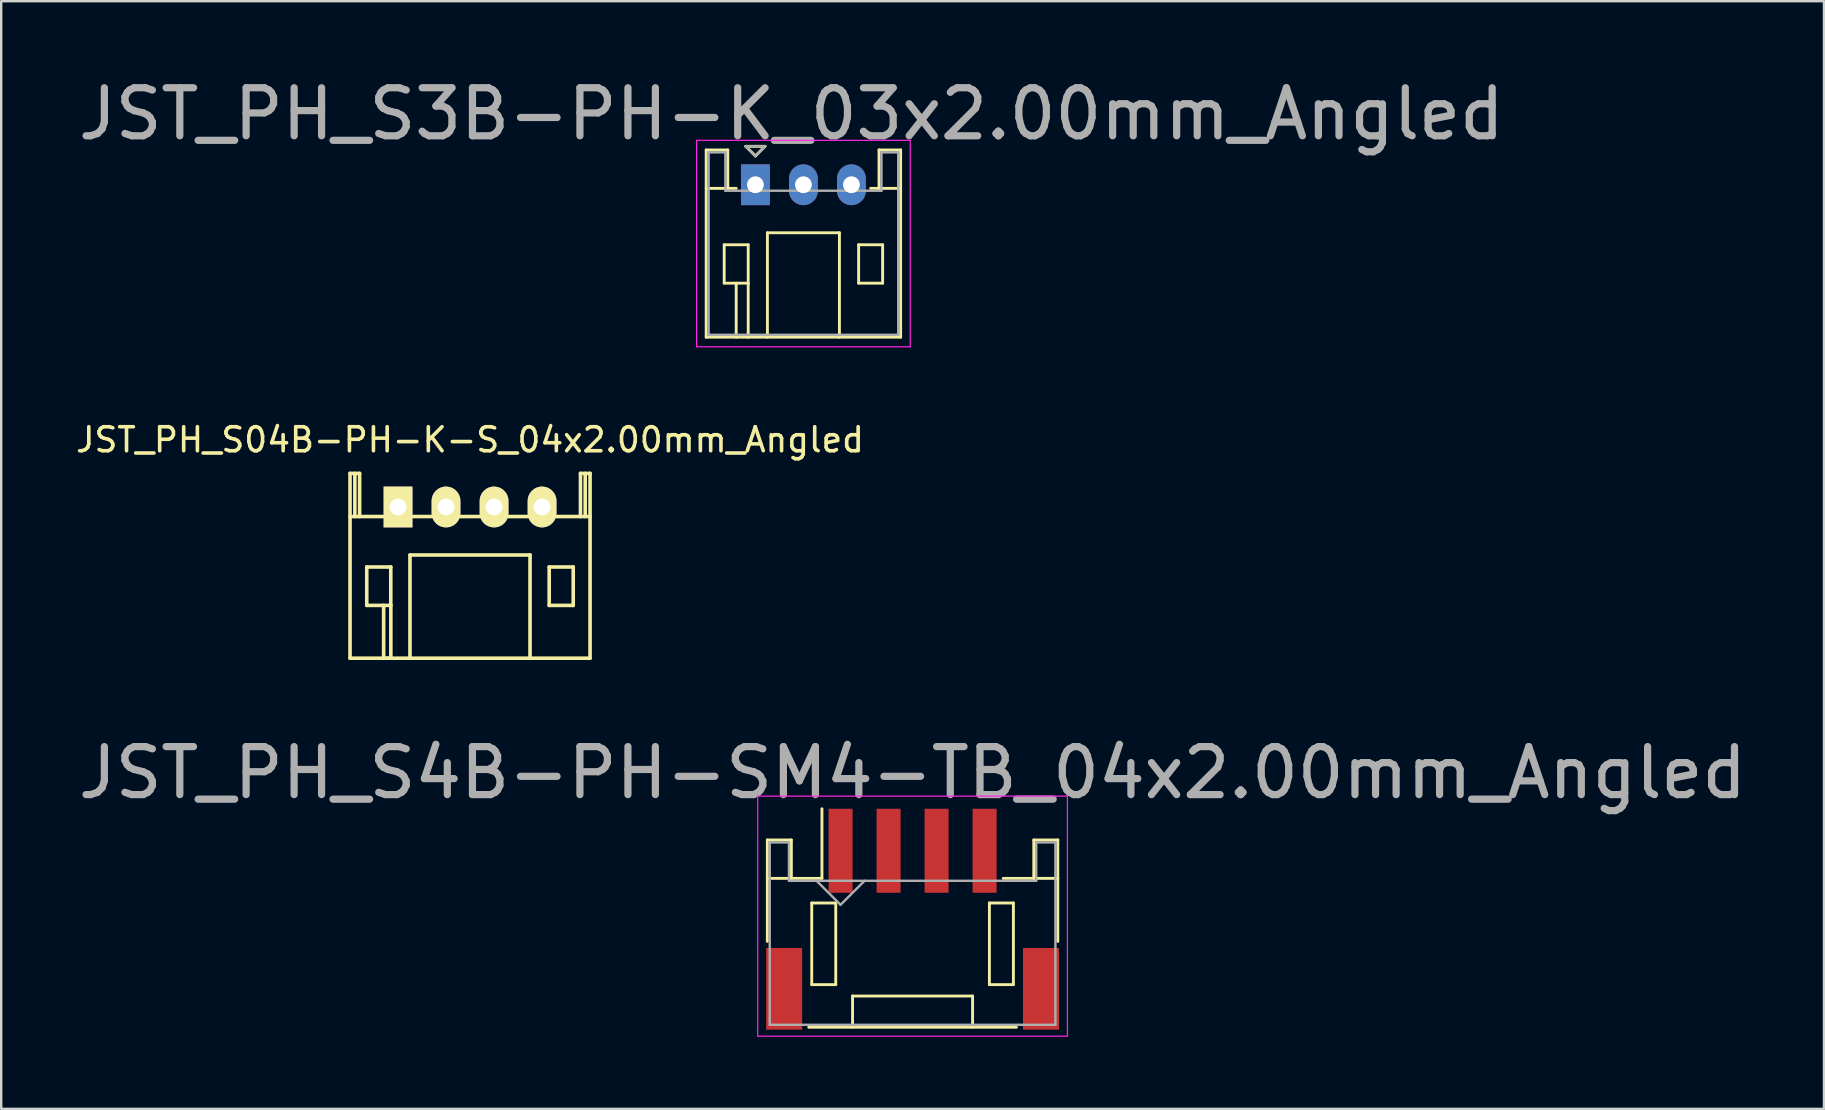
<source format=kicad_pcb>
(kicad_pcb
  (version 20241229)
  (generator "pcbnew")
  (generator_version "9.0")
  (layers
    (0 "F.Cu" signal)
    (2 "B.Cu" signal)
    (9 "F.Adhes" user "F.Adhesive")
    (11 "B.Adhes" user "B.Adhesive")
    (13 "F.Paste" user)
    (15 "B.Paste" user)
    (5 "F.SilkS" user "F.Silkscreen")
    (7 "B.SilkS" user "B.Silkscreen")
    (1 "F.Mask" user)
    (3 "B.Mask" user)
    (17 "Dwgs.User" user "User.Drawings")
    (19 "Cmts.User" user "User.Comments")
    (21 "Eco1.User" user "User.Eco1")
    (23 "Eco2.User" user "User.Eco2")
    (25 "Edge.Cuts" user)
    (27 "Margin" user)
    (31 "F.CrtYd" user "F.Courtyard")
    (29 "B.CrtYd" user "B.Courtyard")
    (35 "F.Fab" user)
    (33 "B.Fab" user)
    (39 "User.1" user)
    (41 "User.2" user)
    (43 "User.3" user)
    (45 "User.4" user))
  (footprint "JST_PH_S4B-PH-SM4-TB_04x2.00mm_Angled"
    (layer "F.Cu")
    (at 34.964 35.265)
    (property "Reference" "JST_PH_S4B-PH-SM4-TB_04x2.00mm_Angled" (at 0 -6.125 0) (layer "F.Fab") (effects (font (size 2 2) (thickness 0.3))))
    (attr smd)
    (fp_line (start -6.05 -3.325) (end -6.05 0.9) (stroke (width 0.12) (type solid)) (layer "F.SilkS"))
    (fp_line (start -6.05 -1.725) (end -5.05 -1.725) (stroke (width 0.12) (type solid)) (layer "F.SilkS"))
    (fp_line (start -5.05 -3.325) (end -6.05 -3.325) (stroke (width 0.12) (type solid)) (layer "F.SilkS"))
    (fp_line (start -5.05 -1.725) (end -5.05 -3.325) (stroke (width 0.12) (type solid)) (layer "F.SilkS"))
    (fp_line (start -4.325 4.475) (end 4.325 4.475) (stroke (width 0.12) (type solid)) (layer "F.SilkS"))
    (fp_line (start -4.2 -0.7) (end -4.2 2.7) (stroke (width 0.12) (type solid)) (layer "F.SilkS"))
    (fp_line (start -4.2 2.7) (end -3.2 2.7) (stroke (width 0.12) (type solid)) (layer "F.SilkS"))
    (fp_line (start -3.775 -1.725) (end -5.05 -1.725) (stroke (width 0.12) (type solid)) (layer "F.SilkS"))
    (fp_line (start -3.775 -1.725) (end -3.775 -4.625) (stroke (width 0.12) (type solid)) (layer "F.SilkS"))
    (fp_line (start -3.2 -0.7) (end -4.2 -0.7) (stroke (width 0.12) (type solid)) (layer "F.SilkS"))
    (fp_line (start -3.2 2.7) (end -3.2 -0.7) (stroke (width 0.12) (type solid)) (layer "F.SilkS"))
    (fp_line (start -2.5 3.175) (end 2.5 3.175) (stroke (width 0.12) (type solid)) (layer "F.SilkS"))
    (fp_line (start -2.5 4.475) (end -2.5 3.175) (stroke (width 0.12) (type solid)) (layer "F.SilkS"))
    (fp_line (start 2.5 3.175) (end 2.5 4.475) (stroke (width 0.12) (type solid)) (layer "F.SilkS"))
    (fp_line (start 3.2 -0.7) (end 4.2 -0.7) (stroke (width 0.12) (type solid)) (layer "F.SilkS"))
    (fp_line (start 3.2 2.7) (end 3.2 -0.7) (stroke (width 0.12) (type solid)) (layer "F.SilkS"))
    (fp_line (start 4.2 -0.7) (end 4.2 2.7) (stroke (width 0.12) (type solid)) (layer "F.SilkS"))
    (fp_line (start 4.2 2.7) (end 3.2 2.7) (stroke (width 0.12) (type solid)) (layer "F.SilkS"))
    (fp_line (start 5.05 -3.325) (end 5.05 -1.725) (stroke (width 0.12) (type solid)) (layer "F.SilkS"))
    (fp_line (start 5.05 -1.725) (end 3.775 -1.725) (stroke (width 0.12) (type solid)) (layer "F.SilkS"))
    (fp_line (start 6.05 -3.325) (end 5.05 -3.325) (stroke (width 0.12) (type solid)) (layer "F.SilkS"))
    (fp_line (start 6.05 -1.725) (end 5.05 -1.725) (stroke (width 0.12) (type solid)) (layer "F.SilkS"))
    (fp_line (start 6.05 0.9) (end 6.05 -3.325) (stroke (width 0.12) (type solid)) (layer "F.SilkS"))
    (fp_line (start -6.45 -5.15) (end -6.45 4.85) (stroke (width 0.05) (type solid)) (layer "F.CrtYd"))
    (fp_line (start -6.45 4.85) (end 6.45 4.85) (stroke (width 0.05) (type solid)) (layer "F.CrtYd"))
    (fp_line (start 6.45 -5.15) (end -6.45 -5.15) (stroke (width 0.05) (type solid)) (layer "F.CrtYd"))
    (fp_line (start 6.45 4.85) (end 6.45 -5.15) (stroke (width 0.05) (type solid)) (layer "F.CrtYd"))
    (fp_line (start -5.95 -3.225) (end -5.95 4.375) (stroke (width 0.1) (type solid)) (layer "F.Fab"))
    (fp_line (start -5.95 4.375) (end 5.95 4.375) (stroke (width 0.1) (type solid)) (layer "F.Fab"))
    (fp_line (start -5.15 -3.225) (end -5.95 -3.225) (stroke (width 0.1) (type solid)) (layer "F.Fab"))
    (fp_line (start -5.15 -1.625) (end -5.15 -3.225) (stroke (width 0.1) (type solid)) (layer "F.Fab"))
    (fp_line (start -4 -1.625) (end -3 -0.625) (stroke (width 0.1) (type solid)) (layer "F.Fab"))
    (fp_line (start -3 -0.625) (end -2 -1.625) (stroke (width 0.1) (type solid)) (layer "F.Fab"))
    (fp_line (start 5.15 -3.225) (end 5.15 -1.625) (stroke (width 0.1) (type solid)) (layer "F.Fab"))
    (fp_line (start 5.15 -1.625) (end -5.15 -1.625) (stroke (width 0.1) (type solid)) (layer "F.Fab"))
    (fp_line (start 5.95 -3.225) (end 5.15 -3.225) (stroke (width 0.1) (type solid)) (layer "F.Fab"))
    (fp_line (start 5.95 4.375) (end 5.95 -3.225) (stroke (width 0.1) (type solid)) (layer "F.Fab"))
    (pad "" smd rect (at -5.35 2.875) (size 1.5 3.4) (layers "F.Cu" "F.Mask" "F.Paste"))
    (pad "" smd rect (at 5.35 2.875) (size 1.5 3.4) (layers "F.Cu" "F.Mask" "F.Paste"))
    (pad "1" smd rect (at -3 -2.875) (size 1 3.5) (layers "F.Cu" "F.Mask" "F.Paste"))
    (pad "2" smd rect (at -1 -2.875) (size 1 3.5) (layers "F.Cu" "F.Mask" "F.Paste"))
    (pad "3" smd rect (at 1 -2.875) (size 1 3.5) (layers "F.Cu" "F.Mask" "F.Paste"))
    (pad "4" smd rect (at 3 -2.875) (size 1 3.5) (layers "F.Cu" "F.Mask" "F.Paste")))
  (footprint "JST_PH_S04B-PH-K-S_04x2.00mm_Angled"
    (layer "F.Cu")
    (at 13.53 18.069)
    (property "Reference" "JST_PH_S04B-PH-K-S_04x2.00mm_Angled" (at 3 -2.799 0) (layer "F.SilkS") (effects (font (size 1 1) (thickness 0.15))))
    (attr through_hole)
    (fp_line (start -2.001 0.399) (end 8.001 0.399) (stroke (width 0.15) (type solid)) (layer "F.SilkS"))
    (fp_line (start -2.001 6.299) (end 8.001 6.299) (stroke (width 0.15) (type solid)) (layer "F.SilkS"))
    (fp_line (start -1.999 -1.4) (end -1.999 6.299) (stroke (width 0.15) (type solid)) (layer "F.SilkS"))
    (fp_line (start -1.798 -1.4) (end -1.798 0.399) (stroke (width 0.15) (type solid)) (layer "F.SilkS"))
    (fp_line (start -1.6 -1.4) (end -1.999 -1.4) (stroke (width 0.15) (type solid)) (layer "F.SilkS"))
    (fp_line (start -1.6 0.399) (end -1.6 -1.4) (stroke (width 0.15) (type solid)) (layer "F.SilkS"))
    (fp_line (start -1.303 2.499) (end -0.302 2.499) (stroke (width 0.15) (type solid)) (layer "F.SilkS"))
    (fp_line (start -1.303 4.1) (end -1.303 2.499) (stroke (width 0.15) (type solid)) (layer "F.SilkS"))
    (fp_line (start -0.599 6.299) (end -0.599 4.1) (stroke (width 0.15) (type solid)) (layer "F.SilkS"))
    (fp_line (start -0.302 2.499) (end -0.302 4.1) (stroke (width 0.15) (type solid)) (layer "F.SilkS"))
    (fp_line (start -0.302 4.1) (end -1.303 4.1) (stroke (width 0.15) (type solid)) (layer "F.SilkS"))
    (fp_line (start -0.299 4.1) (end -0.299 6.299) (stroke (width 0.15) (type solid)) (layer "F.SilkS"))
    (fp_line (start -0.299 6.299) (end -0.599 6.299) (stroke (width 0.15) (type solid)) (layer "F.SilkS"))
    (fp_line (start 0.498 1.999) (end 0.498 6.299) (stroke (width 0.15) (type solid)) (layer "F.SilkS"))
    (fp_line (start 5.499 1.999) (end 0.501 1.999) (stroke (width 0.15) (type solid)) (layer "F.SilkS"))
    (fp_line (start 5.499 1.999) (end 5.499 6.299) (stroke (width 0.15) (type solid)) (layer "F.SilkS"))
    (fp_line (start 6.297 2.499) (end 7.298 2.499) (stroke (width 0.15) (type solid)) (layer "F.SilkS"))
    (fp_line (start 6.297 4.1) (end 6.297 2.499) (stroke (width 0.15) (type solid)) (layer "F.SilkS"))
    (fp_line (start 7.298 2.499) (end 7.298 4.1) (stroke (width 0.15) (type solid)) (layer "F.SilkS"))
    (fp_line (start 7.298 4.1) (end 6.297 4.1) (stroke (width 0.15) (type solid)) (layer "F.SilkS"))
    (fp_line (start 7.6 -1.4) (end 7.6 0.399) (stroke (width 0.15) (type solid)) (layer "F.SilkS"))
    (fp_line (start 7.798 -1.4) (end 7.798 0.399) (stroke (width 0.15) (type solid)) (layer "F.SilkS"))
    (fp_line (start 7.999 -1.4) (end 7.6 -1.4) (stroke (width 0.15) (type solid)) (layer "F.SilkS"))
    (fp_line (start 7.999 6.299) (end 7.999 -1.4) (stroke (width 0.15) (type solid)) (layer "F.SilkS"))
    (pad "1" thru_hole rect (at 0.00026 0) (size 1.199 1.699) (drill 0.701) (layers "*.Cu" "*.Mask" "F.SilkS"))
    (pad "2" thru_hole oval (at 1.999 0) (size 1.199 1.699) (drill 0.701) (layers "*.Cu" "*.Mask" "F.SilkS"))
    (pad "3" thru_hole oval (at 4.001 0) (size 1.199 1.699) (drill 0.701) (layers "*.Cu" "*.Mask" "F.SilkS"))
    (pad "4" thru_hole oval (at 6 0) (size 1.199 1.699) (drill 0.701) (layers "*.Cu" "*.Mask" "F.SilkS")))
  (footprint "JST_PH_S3B-PH-K_03x2.00mm_Angled"
    (layer "F.Cu")
    (at 28.417 4.646)
    (property "Reference" "JST_PH_S3B-PH-K_03x2.00mm_Angled" (at 1.5 -2.95 0) (layer "F.Fab") (effects (font (size 2 2) (thickness 0.3))))
    (attr through_hole)
    (fp_line (start -2.05 -1.45) (end -2.05 6.35) (stroke (width 0.12) (type solid)) (layer "F.SilkS"))
    (fp_line (start -2.05 0.15) (end -1.15 0.15) (stroke (width 0.12) (type solid)) (layer "F.SilkS"))
    (fp_line (start -2.05 6.35) (end 6.05 6.35) (stroke (width 0.12) (type solid)) (layer "F.SilkS"))
    (fp_line (start -1.3 2.5) (end -1.3 4.1) (stroke (width 0.12) (type solid)) (layer "F.SilkS"))
    (fp_line (start -1.3 4.1) (end -0.3 4.1) (stroke (width 0.12) (type solid)) (layer "F.SilkS"))
    (fp_line (start -1.15 -1.45) (end -2.05 -1.45) (stroke (width 0.12) (type solid)) (layer "F.SilkS"))
    (fp_line (start -1.15 0.15) (end -1.15 -1.45) (stroke (width 0.12) (type solid)) (layer "F.SilkS"))
    (fp_line (start -0.8 0.15) (end -1.15 0.15) (stroke (width 0.12) (type solid)) (layer "F.SilkS"))
    (fp_line (start -0.8 4.1) (end -0.8 6.35) (stroke (width 0.12) (type solid)) (layer "F.SilkS"))
    (fp_line (start -0.4 -1.6) (end 0.4 -1.6) (stroke (width 0.12) (type solid)) (layer "F.SilkS"))
    (fp_line (start -0.3 2.5) (end -1.3 2.5) (stroke (width 0.12) (type solid)) (layer "F.SilkS"))
    (fp_line (start -0.3 4.1) (end -0.3 2.5) (stroke (width 0.12) (type solid)) (layer "F.SilkS"))
    (fp_line (start -0.3 4.1) (end -0.3 6.35) (stroke (width 0.12) (type solid)) (layer "F.SilkS"))
    (fp_line (start 0 -1.2) (end -0.4 -1.6) (stroke (width 0.12) (type solid)) (layer "F.SilkS"))
    (fp_line (start 0.4 -1.6) (end 0 -1.2) (stroke (width 0.12) (type solid)) (layer "F.SilkS"))
    (fp_line (start 0.5 2) (end 3.5 2) (stroke (width 0.12) (type solid)) (layer "F.SilkS"))
    (fp_line (start 0.5 6.35) (end 0.5 2) (stroke (width 0.12) (type solid)) (layer "F.SilkS"))
    (fp_line (start 3.5 2) (end 3.5 6.35) (stroke (width 0.12) (type solid)) (layer "F.SilkS"))
    (fp_line (start 4.3 2.5) (end 5.3 2.5) (stroke (width 0.12) (type solid)) (layer "F.SilkS"))
    (fp_line (start 4.3 4.1) (end 4.3 2.5) (stroke (width 0.12) (type solid)) (layer "F.SilkS"))
    (fp_line (start 5.15 -1.45) (end 5.15 0.15) (stroke (width 0.12) (type solid)) (layer "F.SilkS"))
    (fp_line (start 5.15 0.15) (end 4.8 0.15) (stroke (width 0.12) (type solid)) (layer "F.SilkS"))
    (fp_line (start 5.3 2.5) (end 5.3 4.1) (stroke (width 0.12) (type solid)) (layer "F.SilkS"))
    (fp_line (start 5.3 4.1) (end 4.3 4.1) (stroke (width 0.12) (type solid)) (layer "F.SilkS"))
    (fp_line (start 6.05 -1.45) (end 5.15 -1.45) (stroke (width 0.12) (type solid)) (layer "F.SilkS"))
    (fp_line (start 6.05 0.15) (end 5.15 0.15) (stroke (width 0.12) (type solid)) (layer "F.SilkS"))
    (fp_line (start 6.05 6.35) (end 6.05 -1.45) (stroke (width 0.12) (type solid)) (layer "F.SilkS"))
    (fp_line (start -2.45 -1.85) (end -2.45 6.75) (stroke (width 0.05) (type solid)) (layer "F.CrtYd"))
    (fp_line (start -2.45 6.75) (end 6.45 6.75) (stroke (width 0.05) (type solid)) (layer "F.CrtYd"))
    (fp_line (start 6.45 -1.85) (end -2.45 -1.85) (stroke (width 0.05) (type solid)) (layer "F.CrtYd"))
    (fp_line (start 6.45 6.75) (end 6.45 -1.85) (stroke (width 0.05) (type solid)) (layer "F.CrtYd"))
    (fp_line (start -1.95 -1.35) (end -1.95 6.25) (stroke (width 0.1) (type solid)) (layer "F.Fab"))
    (fp_line (start -1.95 6.25) (end 5.95 6.25) (stroke (width 0.1) (type solid)) (layer "F.Fab"))
    (fp_line (start -1.25 -1.35) (end -1.95 -1.35) (stroke (width 0.1) (type solid)) (layer "F.Fab"))
    (fp_line (start -1.25 0.25) (end -1.25 -1.35) (stroke (width 0.1) (type solid)) (layer "F.Fab"))
    (fp_line (start -0.4 -1.6) (end 0.4 -1.6) (stroke (width 0.1) (type solid)) (layer "F.Fab"))
    (fp_line (start 0 -1.2) (end -0.4 -1.6) (stroke (width 0.1) (type solid)) (layer "F.Fab"))
    (fp_line (start 0.4 -1.6) (end 0 -1.2) (stroke (width 0.1) (type solid)) (layer "F.Fab"))
    (fp_line (start 5.25 -1.35) (end 5.25 0.25) (stroke (width 0.1) (type solid)) (layer "F.Fab"))
    (fp_line (start 5.25 0.25) (end -1.25 0.25) (stroke (width 0.1) (type solid)) (layer "F.Fab"))
    (fp_line (start 5.95 -1.35) (end 5.25 -1.35) (stroke (width 0.1) (type solid)) (layer "F.Fab"))
    (fp_line (start 5.95 6.25) (end 5.95 -1.35) (stroke (width 0.1) (type solid)) (layer "F.Fab"))
    (pad "1" thru_hole rect (at 0 0) (size 1.2 1.7) (drill 0.7) (layers "*.Cu" "*.Mask"))
    (pad "2" thru_hole oval (at 2 0) (size 1.2 1.7) (drill 0.7) (layers "*.Cu" "*.Mask"))
    (pad "3" thru_hole oval (at 4 0) (size 1.2 1.7) (drill 0.7) (layers "*.Cu" "*.Mask")))
  (gr_rect
    (start -3 -3)
    (end 72.929 43.14)
    (stroke (width 0.1) (type default))
    (fill no)
    (layer "Edge.Cuts")))
</source>
